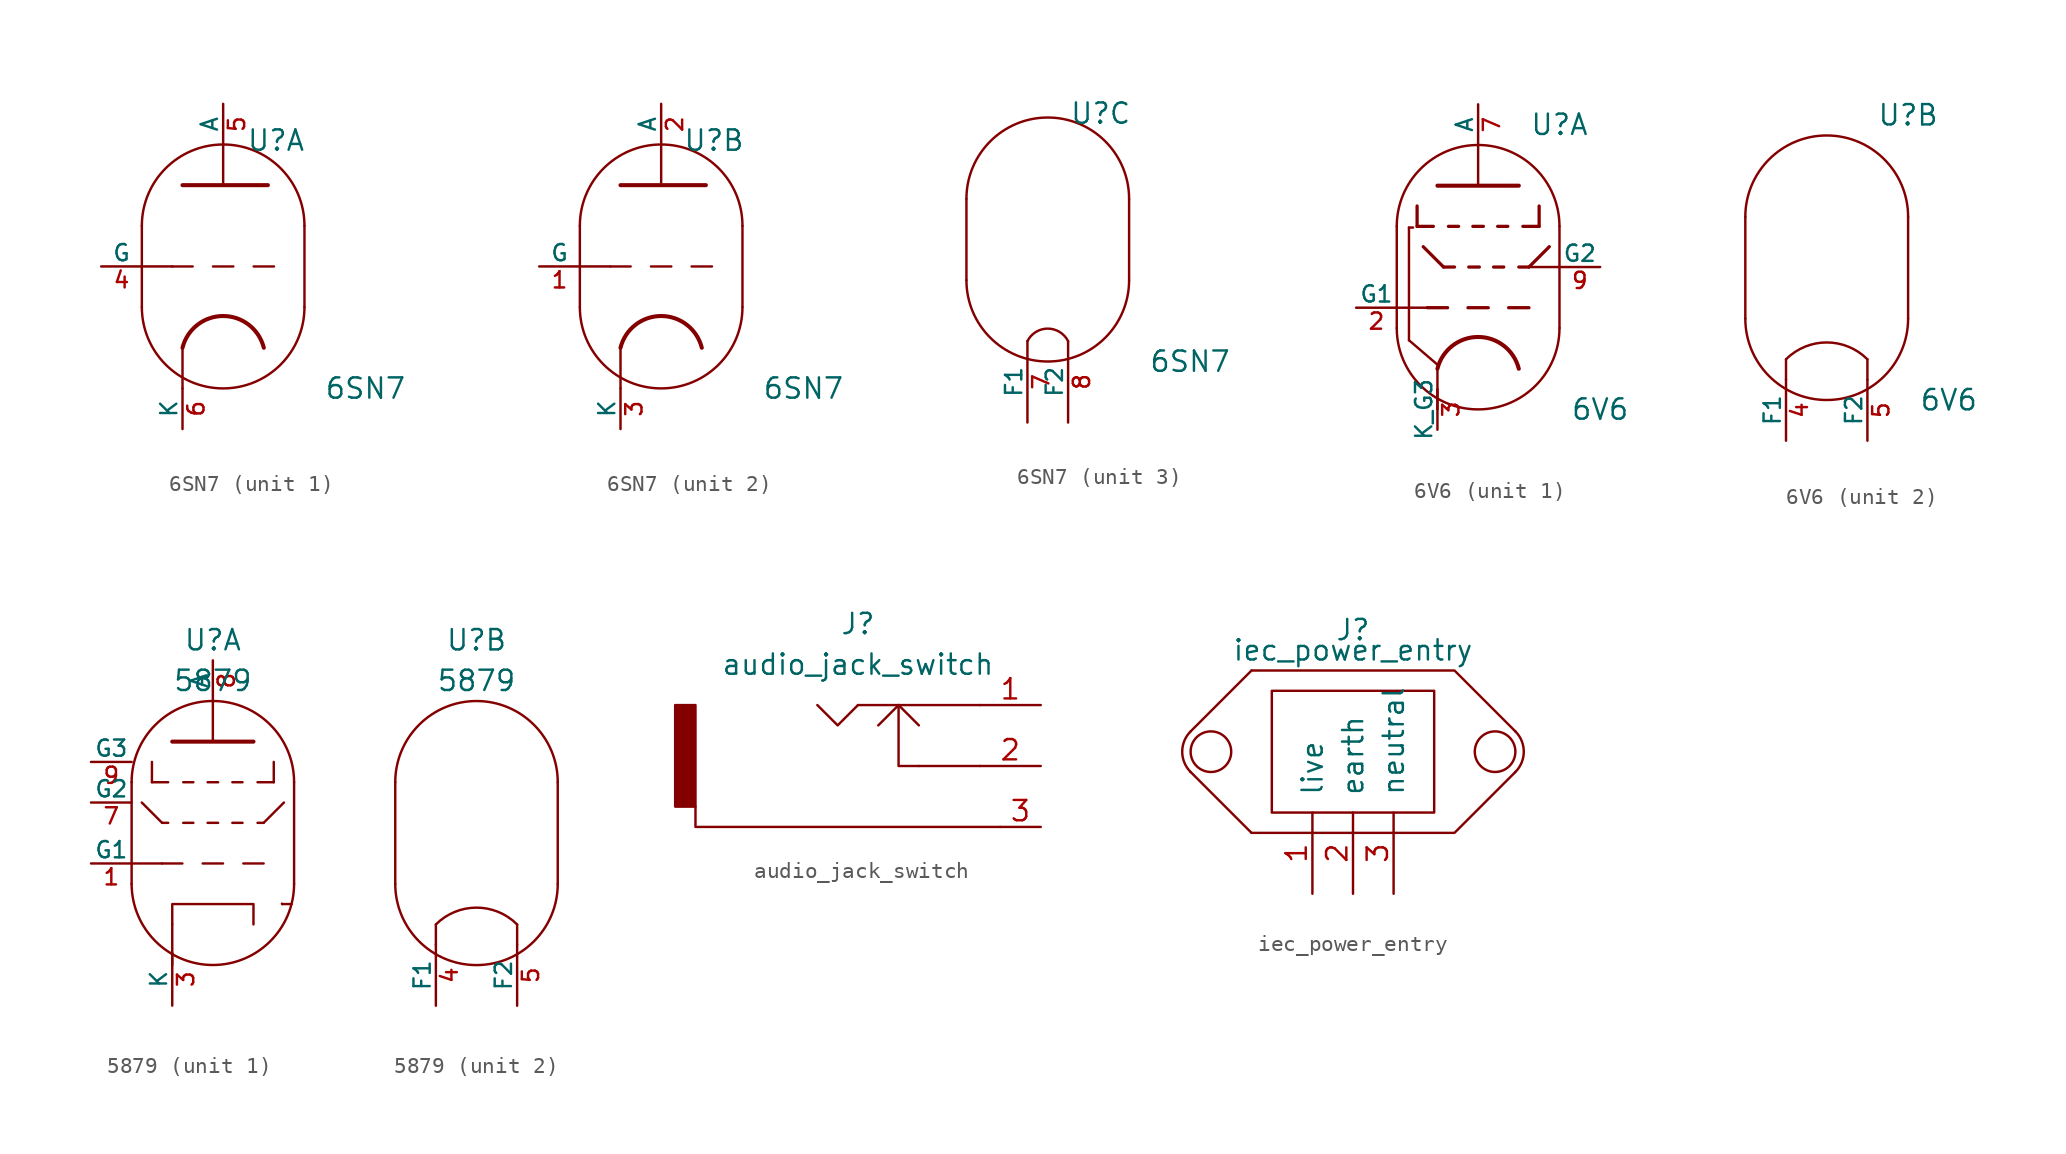
<source format=kicad_sym>
(kicad_symbol_lib
  (version 20211014)
  (generator kicad_symbol_editor)
  (symbol "6SN7"
    (pin_names
      (offset 0))
    (property "Reference" "U"
      (at 3.302 7.874 0)
      (effects (font (size 1.27 1.27))))
    (property "Value" "6SN7"
      (at 8.89 -7.62 0)
      (effects (font (size 1.27 1.27))))
    (property "Datasheet" ""
      (at 0 0 0)
      (effects (font (size 1.524 1.524))))
    (property "ki_locked" ""
      (at 0 0 0)
      (effects (font (size 1.27 1.27))))
    (symbol "6SN7_0_1"
      (arc (start -5.08 -2.54) (mid 0 -7.62) (end 5.08 -2.54) (stroke (width 0) (type default) (color 0 0 0 0)) (fill (type none)))
      (polyline (pts (xy 5.08 2.54) (xy 5.08 -2.54)) (stroke (width 0) (type default) (color 0 0 0 0)) (fill (type none)))
      (polyline (pts (xy -5.08 2.54) (xy -5.08 -2.54) (xy -5.08 -2.54)) (stroke (width 0) (type default) (color 0 0 0 0)) (fill (type none)))
      (arc (start 5.08 2.54) (mid 0 7.62) (end -5.08 2.54) (stroke (width 0) (type default) (color 0 0 0 0)) (fill (type none))))
    (symbol "6SN7_1_0"
      (polyline (pts (xy -2.54 -5.08) (xy -2.54 -7.62)) (stroke (width 0) (type default) (color 0 0 0 0)) (fill (type none)))
      (polyline (pts (xy 0 5.08) (xy 0 7.62)) (stroke (width 0) (type default) (color 0 0 0 0)) (fill (type none))))
    (symbol "6SN7_1_1"
      (polyline (pts (xy -5.08 0) (xy -3.175 0)) (stroke (width 0) (type default) (color 0 0 0 0)) (fill (type none)))
      (polyline (pts (xy -1.905 0) (xy -3.175 0)) (stroke (width 0.152) (type default) (color 0 0 0 0)) (fill (type none)))
      (polyline (pts (xy -0.635 0) (xy 0.635 0)) (stroke (width 0.152) (type default) (color 0 0 0 0)) (fill (type none)))
      (polyline (pts (xy 1.905 0) (xy 3.175 0)) (stroke (width 0.152) (type default) (color 0 0 0 0)) (fill (type none)))
      (polyline (pts (xy -2.54 5.08) (xy 2.794 5.08) (xy 2.794 5.08)) (stroke (width 0.254) (type default) (color 0 0 0 0)) (fill (type none)))
      (arc (start 2.54 -5.08) (mid 0 -3.0968) (end -2.54 -5.08) (stroke (width 0.254) (type default) (color 0 0 0 0)) (fill (type none)))
      (pin input line (at -7.62 0 0) (length 2.54) (name "G" (effects (font (size 1.016 1.016)))) (number "4" (effects (font (size 1.016 1.016)))))
      (pin output line (at 0 10.16 270) (length 2.54) (name "A" (effects (font (size 1.016 1.016)))) (number "5" (effects (font (size 1.016 1.016)))))
      (pin bidirectional line (at -2.54 -10.16 90) (length 2.54) (name "K" (effects (font (size 1.016 1.016)))) (number "6" (effects (font (size 1.016 1.016))))))
    (symbol "6SN7_2_0"
      (polyline (pts (xy -2.54 -5.08) (xy -2.54 -7.62)) (stroke (width 0) (type default) (color 0 0 0 0)) (fill (type none)))
      (polyline (pts (xy 0 5.08) (xy 0 7.62)) (stroke (width 0) (type default) (color 0 0 0 0)) (fill (type none))))
    (symbol "6SN7_2_1"
      (polyline (pts (xy -5.08 0) (xy -3.175 0)) (stroke (width 0) (type default) (color 0 0 0 0)) (fill (type none)))
      (polyline (pts (xy -1.905 0) (xy -3.175 0)) (stroke (width 0.152) (type default) (color 0 0 0 0)) (fill (type none)))
      (polyline (pts (xy -0.635 0) (xy 0.635 0)) (stroke (width 0.152) (type default) (color 0 0 0 0)) (fill (type none)))
      (polyline (pts (xy 1.905 0) (xy 3.175 0)) (stroke (width 0.152) (type default) (color 0 0 0 0)) (fill (type none)))
      (polyline (pts (xy -2.54 5.08) (xy 2.794 5.08) (xy 2.794 5.08)) (stroke (width 0.254) (type default) (color 0 0 0 0)) (fill (type none)))
      (arc (start 2.54 -5.08) (mid 0 -3.0968) (end -2.54 -5.08) (stroke (width 0.254) (type default) (color 0 0 0 0)) (fill (type none)))
      (pin input line (at -7.62 0 0) (length 2.54) (name "G" (effects (font (size 1.016 1.016)))) (number "1" (effects (font (size 1.016 1.016)))))
      (pin output line (at 0 10.16 270) (length 2.54) (name "A" (effects (font (size 1.016 1.016)))) (number "2" (effects (font (size 1.016 1.016)))))
      (pin bidirectional line (at -2.54 -10.16 90) (length 2.54) (name "K" (effects (font (size 1.016 1.016)))) (number "3" (effects (font (size 1.016 1.016))))))
    (symbol "6SN7_3_1"
      (arc (start 1.27 -6.35) (mid 0 -5.5651) (end -1.27 -6.35) (stroke (width 0) (type default) (color 0 0 0 0)) (fill (type none)))
      (pin passive line (at -1.27 -11.43 90) (length 5.08) (name "F1" (effects (font (size 1.016 1.016)))) (number "7" (effects (font (size 1.016 1.016)))))
      (pin passive line (at 1.27 -11.43 90) (length 5.08) (name "F2" (effects (font (size 1.016 1.016)))) (number "8" (effects (font (size 1.016 1.016)))))))
  (symbol "6V6"
    (pin_names
      (offset 0))
    (property "Reference" "U"
      (at 5.08 10.16 0)
      (effects (font (size 1.27 1.27))))
    (property "Value" "6V6"
      (at 7.62 -7.62 0)
      (effects (font (size 1.27 1.27))))
    (property "Datasheet" ""
      (at 0 0 0)
      (effects (font (size 1.524 1.524))))
    (property "ki_locked" ""
      (at 0 0 0)
      (effects (font (size 1.27 1.27))))
    (symbol "6V6_0_1"
      (arc (start -5.08 -2.54) (mid 0 -7.62) (end 5.08 -2.54) (stroke (width 0) (type default) (color 0 0 0 0)) (fill (type none)))
      (polyline (pts (xy -5.08 3.81) (xy -5.08 -2.54) (xy -5.08 -2.54)) (stroke (width 0) (type default) (color 0 0 0 0)) (fill (type none)))
      (polyline (pts (xy 5.08 -2.54) (xy 5.08 3.81) (xy 5.08 3.81)) (stroke (width 0) (type default) (color 0 0 0 0)) (fill (type none)))
      (arc (start 5.08 3.81) (mid 0 8.89) (end -5.08 3.81) (stroke (width 0) (type default) (color 0 0 0 0)) (fill (type none))))
    (symbol "6V6_1_0"
      (polyline (pts (xy -2.54 -5.08) (xy -2.54 -7.62)) (stroke (width 0) (type default) (color 0 0 0 0)) (fill (type none))))
    (symbol "6V6_1_1"
      (polyline (pts (xy -5.08 -1.27) (xy -3.175 -1.27)) (stroke (width 0) (type default) (color 0 0 0 0)) (fill (type none)))
      (polyline (pts (xy -4.318 -3.302) (xy -4.318 3.734)) (stroke (width 0) (type default) (color 0 0 0 0)) (fill (type none)))
      (polyline (pts (xy -4.318 -3.302) (xy -2.54 -4.826)) (stroke (width 0) (type default) (color 0 0 0 0)) (fill (type none)))
      (polyline (pts (xy -4.064 3.734) (xy -4.318 3.734)) (stroke (width 0) (type default) (color 0 0 0 0)) (fill (type none)))
      (polyline (pts (xy -3.81 3.81) (xy -2.794 3.81)) (stroke (width 0.203) (type default) (color 0 0 0 0)) (fill (type none)))
      (polyline (pts (xy -3.81 5.08) (xy -3.81 3.81)) (stroke (width 0.203) (type default) (color 0 0 0 0)) (fill (type none)))
      (polyline (pts (xy -3.429 2.54) (xy -2.159 1.27)) (stroke (width 0.203) (type default) (color 0 0 0 0)) (fill (type none)))
      (polyline (pts (xy -2.159 1.27) (xy -1.473 1.27)) (stroke (width 0.203) (type default) (color 0 0 0 0)) (fill (type none)))
      (polyline (pts (xy -1.905 -1.27) (xy -3.175 -1.27)) (stroke (width 0.203) (type default) (color 0 0 0 0)) (fill (type none)))
      (polyline (pts (xy -1.854 3.81) (xy -1.219 3.81)) (stroke (width 0.203) (type default) (color 0 0 0 0)) (fill (type none)))
      (polyline (pts (xy -0.635 -1.27) (xy 0.635 -1.27)) (stroke (width 0.203) (type default) (color 0 0 0 0)) (fill (type none)))
      (polyline (pts (xy -0.584 1.27) (xy 0.076 1.27)) (stroke (width 0.203) (type default) (color 0 0 0 0)) (fill (type none)))
      (polyline (pts (xy -0.33 3.81) (xy 0.33 3.81)) (stroke (width 0.203) (type default) (color 0 0 0 0)) (fill (type none)))
      (polyline (pts (xy 0 6.35) (xy 0 8.89)) (stroke (width 0) (type default) (color 0 0 0 0)) (fill (type none)))
      (polyline (pts (xy 0.965 1.27) (xy 1.6 1.27)) (stroke (width 0.203) (type default) (color 0 0 0 0)) (fill (type none)))
      (polyline (pts (xy 1.219 3.81) (xy 1.854 3.81)) (stroke (width 0.203) (type default) (color 0 0 0 0)) (fill (type none)))
      (polyline (pts (xy 1.905 -1.27) (xy 3.175 -1.27)) (stroke (width 0.203) (type default) (color 0 0 0 0)) (fill (type none)))
      (polyline (pts (xy 2.54 1.27) (xy 3.175 1.27)) (stroke (width 0.203) (type default) (color 0 0 0 0)) (fill (type none)))
      (polyline (pts (xy 3.175 1.27) (xy 5.08 1.27)) (stroke (width 0) (type default) (color 0 0 0 0)) (fill (type none)))
      (polyline (pts (xy 3.81 3.81) (xy 2.794 3.81)) (stroke (width 0.203) (type default) (color 0 0 0 0)) (fill (type none)))
      (polyline (pts (xy 3.81 5.08) (xy 3.81 3.81)) (stroke (width 0.203) (type default) (color 0 0 0 0)) (fill (type none)))
      (polyline (pts (xy 4.445 2.54) (xy 3.175 1.27)) (stroke (width 0.203) (type default) (color 0 0 0 0)) (fill (type none)))
      (polyline (pts (xy -2.54 6.35) (xy 2.54 6.35) (xy 2.54 6.35)) (stroke (width 0.254) (type default) (color 0 0 0 0)) (fill (type none)))
      (arc (start 2.54 -5.08) (mid 0 -3.0968) (end -2.54 -5.08) (stroke (width 0.254) (type default) (color 0 0 0 0)) (fill (type none)))
      (pin input line (at -7.62 -1.27 0) (length 2.54) (name "G1" (effects (font (size 1.016 1.016)))) (number "2" (effects (font (size 1.016 1.016)))))
      (pin bidirectional line (at -2.54 -8.89 90) (length 2.54) (name "K_G3" (effects (font (size 1.016 1.016)))) (number "3" (effects (font (size 1.016 1.016)))))
      (pin output line (at 0 11.43 270) (length 2.54) (name "A" (effects (font (size 1.016 1.016)))) (number "7" (effects (font (size 1.016 1.016)))))
      (pin input line (at 7.62 1.27 180) (length 2.54) (name "G2" (effects (font (size 1.016 1.016)))) (number "9" (effects (font (size 1.016 1.016))))))
    (symbol "6V6_2_1"
      (polyline (pts (xy -2.54 -5.08) (xy -2.54 -6.35) (xy -2.54 -6.35)) (stroke (width 0) (type default) (color 0 0 0 0)) (fill (type none)))
      (polyline (pts (xy 2.54 -6.35) (xy 2.54 -5.08) (xy 2.54 -5.08)) (stroke (width 0) (type default) (color 0 0 0 0)) (fill (type none)))
      (arc (start 2.54 -5.08) (mid 0 -4.0279) (end -2.54 -5.08) (stroke (width 0) (type default) (color 0 0 0 0)) (fill (type none)))
      (pin passive line (at -2.54 -10.16 90) (length 3.81) (name "F1" (effects (font (size 1.016 1.016)))) (number "4" (effects (font (size 1.016 1.016)))))
      (pin passive line (at 2.54 -10.16 90) (length 3.81) (name "F2" (effects (font (size 1.016 1.016)))) (number "5" (effects (font (size 1.016 1.016)))))))
  (symbol "5879"
    (pin_names
      (offset 0))
    (property "Reference" "U"
      (at 0 12.7 0)
      (effects (font (size 1.27 1.27))))
    (property "Value" "5879"
      (at 0 10.16 0)
      (effects (font (size 1.27 1.27))))
    (property "Datasheet" ""
      (at 0 0 0)
      (effects (font (size 1.524 1.524))))
    (property "ki_locked" ""
      (at 0 0 0)
      (effects (font (size 1.27 1.27))))
    (symbol "5879_0_1"
      (arc (start -5.08 -2.54) (mid 0 -7.62) (end 5.08 -2.54) (stroke (width 0) (type default) (color 0 0 0 0)) (fill (type none)))
      (polyline (pts (xy -5.08 3.81) (xy -5.08 -2.54) (xy -5.08 -2.54)) (stroke (width 0) (type default) (color 0 0 0 0)) (fill (type none)))
      (polyline (pts (xy 5.08 -2.54) (xy 5.08 3.81) (xy 5.08 3.81)) (stroke (width 0) (type default) (color 0 0 0 0)) (fill (type none)))
      (arc (start 5.08 3.81) (mid 0 8.89) (end -5.08 3.81) (stroke (width 0) (type default) (color 0 0 0 0)) (fill (type none))))
    (symbol "5879_1_0"
      (polyline (pts (xy -5.08 -1.27) (xy -3.175 -1.27)) (stroke (width 0) (type default) (color 0 0 0 0)) (fill (type none)))
      (polyline (pts (xy -2.54 -5.08) (xy -2.54 -7.62)) (stroke (width 0) (type default) (color 0 0 0 0)) (fill (type none)))
      (polyline (pts (xy -0.635 -1.27) (xy 0.635 -1.27)) (stroke (width 0.152) (type default) (color 0 0 0 0)) (fill (type none)))
      (polyline (pts (xy 0 6.35) (xy 0 8.89)) (stroke (width 0) (type default) (color 0 0 0 0)) (fill (type none)))
      (polyline (pts (xy 1.905 -1.27) (xy 3.175 -1.27)) (stroke (width 0.152) (type default) (color 0 0 0 0)) (fill (type none)))
      (polyline (pts (xy 4.318 -3.785) (xy 4.343 -3.81)) (stroke (width 0) (type default) (color 0 0 0 0)) (fill (type none)))
      (polyline (pts (xy 4.928 -3.81) (xy 4.343 -3.81)) (stroke (width 0) (type default) (color 0 0 0 0)) (fill (type none)))
      (polyline (pts (xy -2.54 -5.08) (xy -2.54 -3.81) (xy 2.54 -3.81) (xy 2.54 -5.08)) (stroke (width 0) (type default) (color 0 0 0 0)) (fill (type none))))
    (symbol "5879_1_1"
      (polyline (pts (xy -4.445 2.54) (xy -3.175 1.27)) (stroke (width 0.152) (type default) (color 0 0 0 0)) (fill (type none)))
      (polyline (pts (xy -3.81 3.81) (xy -2.794 3.81)) (stroke (width 0.152) (type default) (color 0 0 0 0)) (fill (type none)))
      (polyline (pts (xy -3.81 5.08) (xy -3.81 3.81)) (stroke (width 0.152) (type default) (color 0 0 0 0)) (fill (type none)))
      (polyline (pts (xy -3.175 1.27) (xy -2.794 1.27)) (stroke (width 0.152) (type default) (color 0 0 0 0)) (fill (type none)))
      (polyline (pts (xy -1.905 -1.27) (xy -3.175 -1.27)) (stroke (width 0.152) (type default) (color 0 0 0 0)) (fill (type none)))
      (polyline (pts (xy -1.854 1.27) (xy -1.219 1.27)) (stroke (width 0.152) (type default) (color 0 0 0 0)) (fill (type none)))
      (polyline (pts (xy -1.854 3.81) (xy -1.219 3.81)) (stroke (width 0.152) (type default) (color 0 0 0 0)) (fill (type none)))
      (polyline (pts (xy -0.33 1.27) (xy 0.33 1.27)) (stroke (width 0.152) (type default) (color 0 0 0 0)) (fill (type none)))
      (polyline (pts (xy -0.33 3.81) (xy 0.33 3.81)) (stroke (width 0.152) (type default) (color 0 0 0 0)) (fill (type none)))
      (polyline (pts (xy 1.219 1.27) (xy 1.854 1.27)) (stroke (width 0.152) (type default) (color 0 0 0 0)) (fill (type none)))
      (polyline (pts (xy 1.219 3.81) (xy 1.854 3.81)) (stroke (width 0.152) (type default) (color 0 0 0 0)) (fill (type none)))
      (polyline (pts (xy 2.794 1.27) (xy 3.175 1.27)) (stroke (width 0.152) (type default) (color 0 0 0 0)) (fill (type none)))
      (polyline (pts (xy 3.81 3.81) (xy 2.794 3.81)) (stroke (width 0.152) (type default) (color 0 0 0 0)) (fill (type none)))
      (polyline (pts (xy 3.81 5.08) (xy 3.81 3.81)) (stroke (width 0.152) (type default) (color 0 0 0 0)) (fill (type none)))
      (polyline (pts (xy 4.445 2.54) (xy 3.175 1.27)) (stroke (width 0.152) (type default) (color 0 0 0 0)) (fill (type none)))
      (polyline (pts (xy -2.54 6.35) (xy 2.54 6.35) (xy 2.54 6.35)) (stroke (width 0.254) (type default) (color 0 0 0 0)) (fill (type none)))
      (pin input line (at -7.62 -1.27 0) (length 2.54) (name "G1" (effects (font (size 1.016 1.016)))) (number "1" (effects (font (size 1.016 1.016)))))
      (pin bidirectional line (at -2.54 -10.16 90) (length 3.302) (name "K" (effects (font (size 1.016 1.016)))) (number "3" (effects (font (size 1.016 1.016)))))
      (pin input line (at -7.62 2.54 0) (length 2.54) (name "G2" (effects (font (size 1.016 1.016)))) (number "7" (effects (font (size 1.016 1.016)))))
      (pin output line (at 0 11.43 270) (length 2.54) (name "A" (effects (font (size 1.016 1.016)))) (number "8" (effects (font (size 1.016 1.016)))))
      (pin input line (at -7.62 5.08 0) (length 2.54) (name "G3" (effects (font (size 1.016 1.016)))) (number "9" (effects (font (size 1.016 1.016))))))
    (symbol "5879_2_1"
      (polyline (pts (xy -2.54 -5.08) (xy -2.54 -6.35) (xy -2.54 -6.35)) (stroke (width 0) (type default) (color 0 0 0 0)) (fill (type none)))
      (polyline (pts (xy 2.54 -6.35) (xy 2.54 -5.08) (xy 2.54 -5.08)) (stroke (width 0) (type default) (color 0 0 0 0)) (fill (type none)))
      (arc (start 2.54 -5.08) (mid 0 -4.0279) (end -2.54 -5.08) (stroke (width 0) (type default) (color 0 0 0 0)) (fill (type none)))
      (pin passive line (at -2.54 -10.16 90) (length 3.81) (name "F1" (effects (font (size 1.016 1.016)))) (number "4" (effects (font (size 1.016 1.016)))))
      (pin passive line (at 2.54 -10.16 90) (length 3.81) (name "F2" (effects (font (size 1.016 1.016)))) (number "5" (effects (font (size 1.016 1.016)))))))
  (symbol "audio_jack_switch"
    (pin_names
      (offset 1.016))
    (property "Reference" "J"
      (at 0 8.89 0)
      (effects (font (size 1.27 1.27))))
    (property "Value" "audio_jack_switch"
      (at 0 6.35 0)
      (effects (font (size 1.27 1.27))))
    (property "Footprint" ""
      (at 0 1.27 0)
      (effects (font (size 1.27 1.27))))
    (property "Datasheet" ""
      (at 0 1.27 0)
      (effects (font (size 1.27 1.27))))
    (symbol "audio_jack_switch_0_1"
      (rectangle (start -11.43 -2.54) (end -10.16 3.81) (stroke (width 0) (type default) (color 0 0 0 0)) (fill (type outline)))
      (polyline (pts (xy 3.81 0) (xy 7.62 0) (xy 7.62 0)) (stroke (width 0) (type default) (color 0 0 0 0)) (fill (type none)))
      (polyline (pts (xy 8.89 -3.81) (xy -10.16 -3.81) (xy -10.16 -2.54)) (stroke (width 0) (type default) (color 0 0 0 0)) (fill (type none)))
      (polyline (pts (xy 0 3.81) (xy -1.27 2.54) (xy -2.54 3.81) (xy -2.54 3.81)) (stroke (width 0) (type default) (color 0 0 0 0)) (fill (type none)))
      (polyline (pts (xy 0 3.81) (xy 7.62 3.81) (xy 7.62 3.81) (xy 7.62 3.81)) (stroke (width 0) (type default) (color 0 0 0 0)) (fill (type none)))
      (polyline (pts (xy 1.27 2.54) (xy 2.54 3.81) (xy 3.81 2.54) (xy 3.81 2.54)) (stroke (width 0) (type default) (color 0 0 0 0)) (fill (type none)))
      (polyline (pts (xy 3.81 0) (xy 2.54 0) (xy 2.54 3.81) (xy 2.54 2.54)) (stroke (width 0) (type default) (color 0 0 0 0)) (fill (type none))))
    (symbol "audio_jack_switch_1_1"
      (pin passive line (at 11.43 3.81 180) (length 3.81) (name "~" (effects (font (size 1.27 1.27)))) (number "1" (effects (font (size 1.27 1.27)))))
      (pin passive line (at 11.43 0 180) (length 3.81) (name "~" (effects (font (size 1.27 1.27)))) (number "2" (effects (font (size 1.27 1.27)))))
      (pin passive line (at 11.43 -3.81 180) (length 2.54) (name "~" (effects (font (size 1.27 1.27)))) (number "3" (effects (font (size 1.27 1.27)))))))
  (symbol "iec_power_entry"
    (pin_names
      (offset 1.016))
    (property "Reference" "J"
      (at 0 7.62 0)
      (effects (font (size 1.27 1.27))))
    (property "Value" "iec_power_entry"
      (at 0 6.35 0)
      (effects (font (size 1.27 1.27))))
    (symbol "iec_power_entry_0_1"
      (arc (start -10.16 1.27) (mid -10.6861 0) (end -10.16 -1.27) (stroke (width 0) (type default) (color 0 0 0 0)) (fill (type none)))
      (circle (center -8.89 0) (radius 1.27) (stroke (width 0) (type default) (color 0 0 0 0)) (fill (type none)))
      (polyline (pts (xy -6.35 -5.08) (xy -10.16 -1.27)) (stroke (width 0) (type default) (color 0 0 0 0)) (fill (type none)))
      (polyline (pts (xy -6.35 5.08) (xy -10.16 1.27)) (stroke (width 0) (type default) (color 0 0 0 0)) (fill (type none)))
      (polyline (pts (xy -6.35 -5.08) (xy 6.35 -5.08) (xy 10.16 -1.27)) (stroke (width 0) (type default) (color 0 0 0 0)) (fill (type none)))
      (polyline (pts (xy -6.35 5.08) (xy 6.35 5.08) (xy 10.16 1.27)) (stroke (width 0) (type default) (color 0 0 0 0)) (fill (type none)))
      (rectangle (start 5.08 3.81) (end -5.08 -3.81) (stroke (width 0) (type default) (color 0 0 0 0)) (fill (type none)))
      (circle (center 8.89 0) (radius 1.27) (stroke (width 0) (type default) (color 0 0 0 0)) (fill (type none)))
      (arc (start 10.16 -1.27) (mid 10.6861 0) (end 10.16 1.27) (stroke (width 0) (type default) (color 0 0 0 0)) (fill (type none))))
    (symbol "iec_power_entry_1_1"
      (pin power_out line (at -2.54 -8.89 90) (length 5.08) (name "live" (effects (font (size 1.27 1.27)))) (number "1" (effects (font (size 1.27 1.27)))))
      (pin power_out line (at 0 -8.89 90) (length 5.08) (name "earth" (effects (font (size 1.27 1.27)))) (number "2" (effects (font (size 1.27 1.27)))))
      (pin power_out line (at 2.54 -8.89 90) (length 5.08) (name "neutral" (effects (font (size 1.27 1.27)))) (number "3" (effects (font (size 1.27 1.27))))))))
</source>
